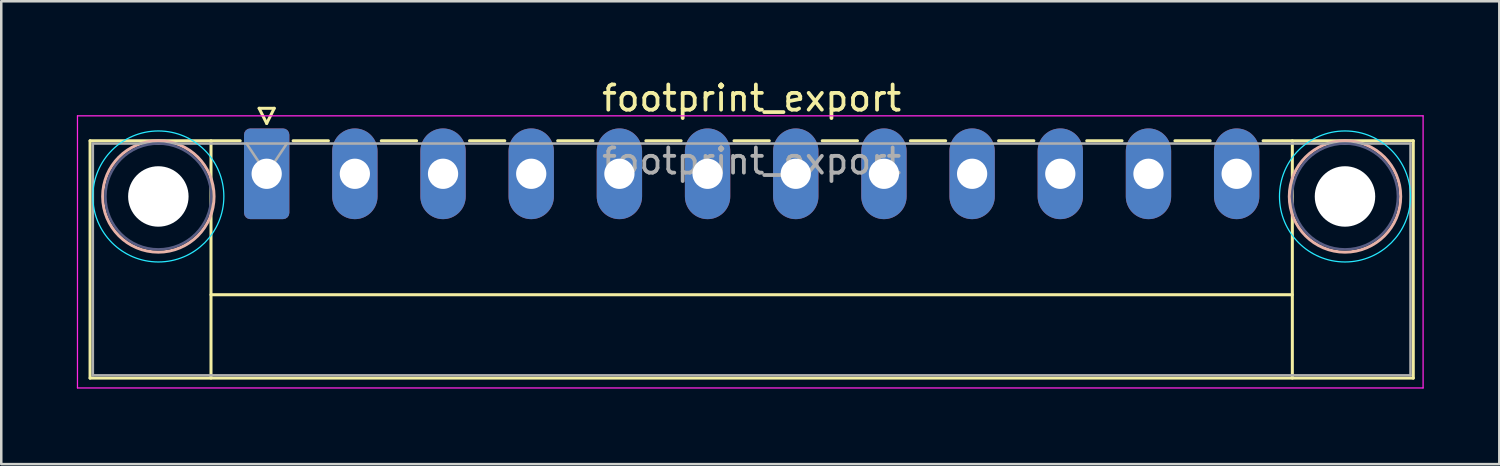
<source format=kicad_pcb>
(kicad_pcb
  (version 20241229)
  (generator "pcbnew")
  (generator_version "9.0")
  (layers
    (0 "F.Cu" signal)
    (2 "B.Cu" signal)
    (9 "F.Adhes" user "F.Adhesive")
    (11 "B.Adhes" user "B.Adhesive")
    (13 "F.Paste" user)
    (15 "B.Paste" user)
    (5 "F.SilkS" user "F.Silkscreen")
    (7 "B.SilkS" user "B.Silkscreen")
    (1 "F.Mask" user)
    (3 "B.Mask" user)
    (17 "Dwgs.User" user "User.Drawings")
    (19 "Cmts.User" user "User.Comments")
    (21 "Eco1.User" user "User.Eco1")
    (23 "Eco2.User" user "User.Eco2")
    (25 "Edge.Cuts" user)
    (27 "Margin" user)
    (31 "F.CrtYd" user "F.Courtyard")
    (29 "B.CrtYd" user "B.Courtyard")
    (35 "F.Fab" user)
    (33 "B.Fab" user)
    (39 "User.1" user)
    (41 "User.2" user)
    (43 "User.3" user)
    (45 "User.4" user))
  (footprint "footprint_export"
    (layer "F.Cu")
    (at 7.535 3.848)
    (property "Reference" "footprint_export" (at 19.25 -3 0) (layer "F.SilkS") (effects (font (size 1 1) (thickness 0.15))))
    (attr through_hole)
    (fp_line (start -7.01 -1.31) (end -7.01 8.11) (stroke (width 0.12) (type solid)) (layer "F.SilkS"))
    (fp_line (start -7.01 -1.31) (end -1.05 -1.31) (stroke (width 0.12) (type solid)) (layer "F.SilkS"))
    (fp_line (start -7.01 8.11) (end 45.51 8.11) (stroke (width 0.12) (type solid)) (layer "F.SilkS"))
    (fp_line (start -2.21 -1.31) (end -2.21 8.11) (stroke (width 0.12) (type solid)) (layer "F.SilkS"))
    (fp_line (start -2.21 4.8) (end 40.71 4.8) (stroke (width 0.12) (type solid)) (layer "F.SilkS"))
    (fp_line (start -0.3 -2.6) (end 0.3 -2.6) (stroke (width 0.12) (type solid)) (layer "F.SilkS"))
    (fp_line (start 0 -2) (end -0.3 -2.6) (stroke (width 0.12) (type solid)) (layer "F.SilkS"))
    (fp_line (start 0.3 -2.6) (end 0 -2) (stroke (width 0.12) (type solid)) (layer "F.SilkS"))
    (fp_line (start 1.05 -1.31) (end 2.45 -1.31) (stroke (width 0.12) (type solid)) (layer "F.SilkS"))
    (fp_line (start 4.55 -1.31) (end 5.95 -1.31) (stroke (width 0.12) (type solid)) (layer "F.SilkS"))
    (fp_line (start 8.05 -1.31) (end 9.45 -1.31) (stroke (width 0.12) (type solid)) (layer "F.SilkS"))
    (fp_line (start 11.55 -1.31) (end 12.95 -1.31) (stroke (width 0.12) (type solid)) (layer "F.SilkS"))
    (fp_line (start 15.05 -1.31) (end 16.45 -1.31) (stroke (width 0.12) (type solid)) (layer "F.SilkS"))
    (fp_line (start 18.55 -1.31) (end 19.95 -1.31) (stroke (width 0.12) (type solid)) (layer "F.SilkS"))
    (fp_line (start 22.05 -1.31) (end 23.45 -1.31) (stroke (width 0.12) (type solid)) (layer "F.SilkS"))
    (fp_line (start 25.55 -1.31) (end 26.95 -1.31) (stroke (width 0.12) (type solid)) (layer "F.SilkS"))
    (fp_line (start 29.05 -1.31) (end 30.45 -1.31) (stroke (width 0.12) (type solid)) (layer "F.SilkS"))
    (fp_line (start 32.55 -1.31) (end 33.95 -1.31) (stroke (width 0.12) (type solid)) (layer "F.SilkS"))
    (fp_line (start 36.05 -1.31) (end 37.45 -1.31) (stroke (width 0.12) (type solid)) (layer "F.SilkS"))
    (fp_line (start 40.71 -1.31) (end 40.71 8.11) (stroke (width 0.12) (type solid)) (layer "F.SilkS"))
    (fp_line (start 45.51 -1.31) (end 39.55 -1.31) (stroke (width 0.12) (type solid)) (layer "F.SilkS"))
    (fp_line (start 45.51 8.11) (end 45.51 -1.31) (stroke (width 0.12) (type solid)) (layer "F.SilkS"))
    (fp_circle (center -4.3 0.9) (end -2.09 0.9) (stroke (width 0.12) (type solid)) (fill no) (layer "B.SilkS"))
    (fp_circle (center 42.8 0.9) (end 45.01 0.9) (stroke (width 0.12) (type solid)) (fill no) (layer "B.SilkS"))
    (fp_circle (center -4.3 0.9) (end -1.7 0.9) (stroke (width 0.05) (type solid)) (fill no) (layer "B.CrtYd"))
    (fp_circle (center 42.8 0.9) (end 45.4 0.9) (stroke (width 0.05) (type solid)) (fill no) (layer "B.CrtYd"))
    (fp_line (start -7.51 -2.3) (end -7.51 8.5) (stroke (width 0.05) (type solid)) (layer "F.CrtYd"))
    (fp_line (start -7.51 8.5) (end 45.9 8.5) (stroke (width 0.05) (type solid)) (layer "F.CrtYd"))
    (fp_line (start 45.9 -2.3) (end -7.51 -2.3) (stroke (width 0.05) (type solid)) (layer "F.CrtYd"))
    (fp_line (start 45.9 8.5) (end 45.9 -2.3) (stroke (width 0.05) (type solid)) (layer "F.CrtYd"))
    (fp_circle (center -4.3 0.9) (end -2.2 0.9) (stroke (width 0.1) (type solid)) (fill no) (layer "B.Fab"))
    (fp_circle (center 42.8 0.9) (end 44.9 0.9) (stroke (width 0.1) (type solid)) (fill no) (layer "B.Fab"))
    (fp_line (start -6.9 -1.2) (end -6.9 8) (stroke (width 0.1) (type solid)) (layer "F.Fab"))
    (fp_line (start -6.9 8) (end 45.4 8) (stroke (width 0.1) (type solid)) (layer "F.Fab"))
    (fp_line (start 0 0) (end -0.8 -1.2) (stroke (width 0.1) (type solid)) (layer "F.Fab"))
    (fp_line (start 0.8 -1.2) (end 0 0) (stroke (width 0.1) (type solid)) (layer "F.Fab"))
    (fp_line (start 45.4 -1.2) (end -6.9 -1.2) (stroke (width 0.1) (type solid)) (layer "F.Fab"))
    (fp_line (start 45.4 8) (end 45.4 -1.2) (stroke (width 0.1) (type solid)) (layer "F.Fab"))
    (fp_text user "${REFERENCE}" (at 19.25 -0.5 0) (layer "F.Fab") (effects (font (size 1 1) (thickness 0.15))))
    (pad "" np_thru_hole circle (at -4.3 0.9) (size 2.4 2.4) (drill 2.4) (layers "*.Cu" "*.Mask"))
    (pad "" np_thru_hole circle (at 42.8 0.9) (size 2.4 2.4) (drill 2.4) (layers "*.Cu" "*.Mask"))
    (pad "1" thru_hole roundrect (at 0 0) (size 1.8 3.6) (drill 1.2) (layers "*.Cu" "*.Mask") (roundrect_rratio 0.139))
    (pad "2" thru_hole oval (at 3.5 0) (size 1.8 3.6) (drill 1.2) (layers "*.Cu" "*.Mask"))
    (pad "3" thru_hole oval (at 7 0) (size 1.8 3.6) (drill 1.2) (layers "*.Cu" "*.Mask"))
    (pad "4" thru_hole oval (at 10.5 0) (size 1.8 3.6) (drill 1.2) (layers "*.Cu" "*.Mask"))
    (pad "5" thru_hole oval (at 14 0) (size 1.8 3.6) (drill 1.2) (layers "*.Cu" "*.Mask"))
    (pad "6" thru_hole oval (at 17.5 0) (size 1.8 3.6) (drill 1.2) (layers "*.Cu" "*.Mask"))
    (pad "7" thru_hole oval (at 21 0) (size 1.8 3.6) (drill 1.2) (layers "*.Cu" "*.Mask"))
    (pad "8" thru_hole oval (at 24.5 0) (size 1.8 3.6) (drill 1.2) (layers "*.Cu" "*.Mask"))
    (pad "9" thru_hole oval (at 28 0) (size 1.8 3.6) (drill 1.2) (layers "*.Cu" "*.Mask"))
    (pad "10" thru_hole oval (at 31.5 0) (size 1.8 3.6) (drill 1.2) (layers "*.Cu" "*.Mask"))
    (pad "11" thru_hole oval (at 35 0) (size 1.8 3.6) (drill 1.2) (layers "*.Cu" "*.Mask"))
    (pad "12" thru_hole oval (at 38.5 0) (size 1.8 3.6) (drill 1.2) (layers "*.Cu" "*.Mask")))
  (gr_rect
    (start -3 -3)
    (end 56.46 15.373)
    (stroke (width 0.1) (type default))
    (fill no)
    (layer "Edge.Cuts")))
</source>
